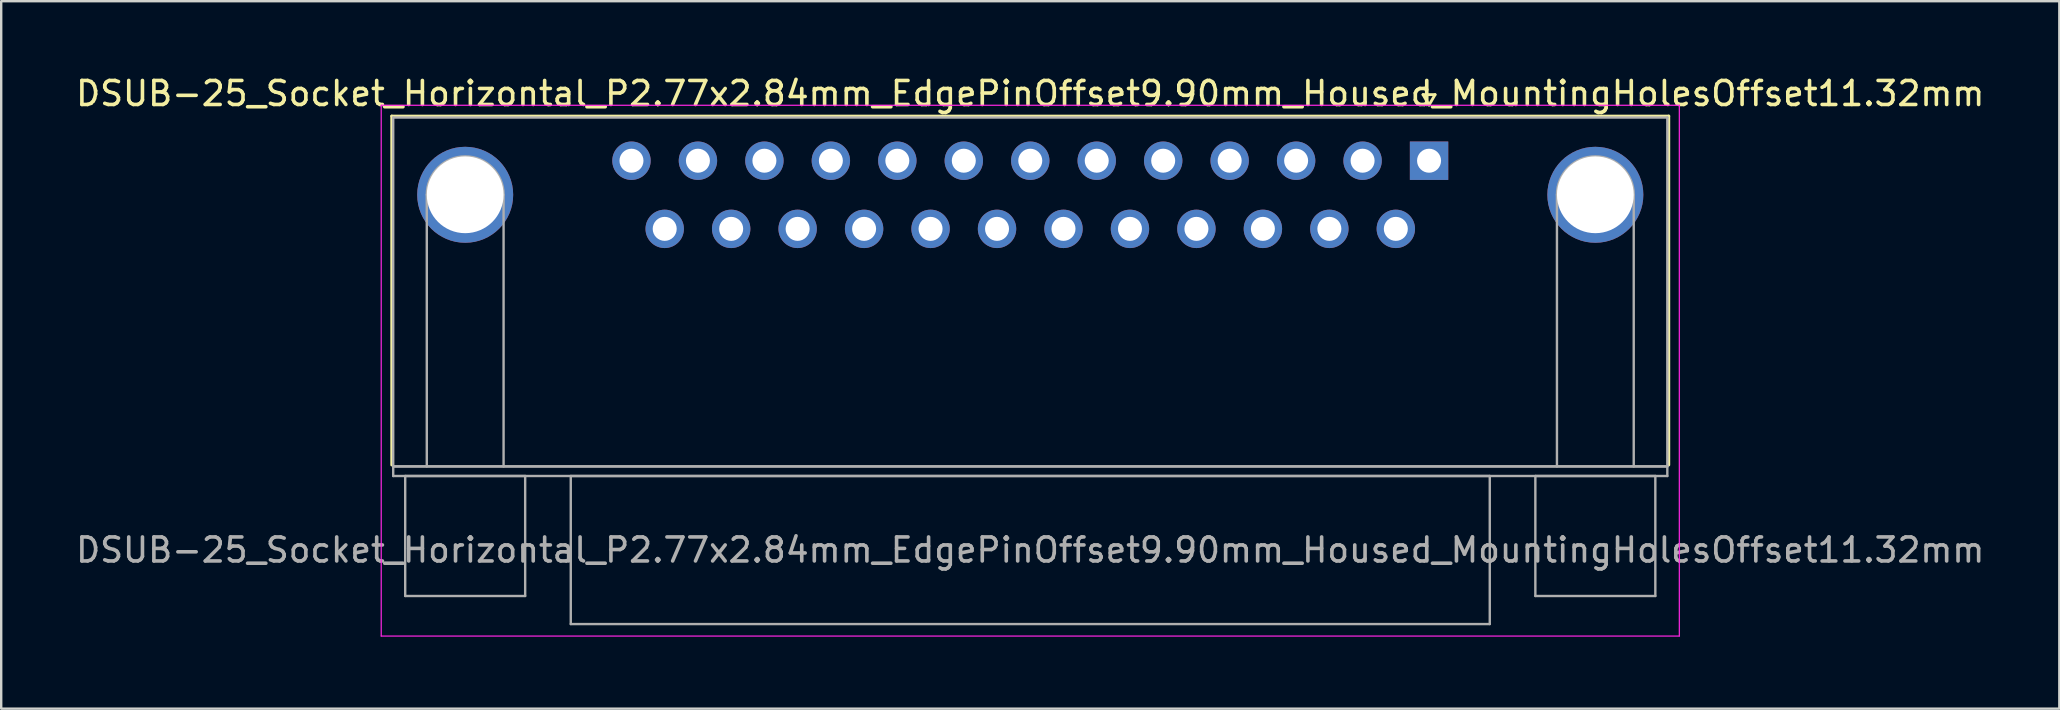
<source format=kicad_pcb>
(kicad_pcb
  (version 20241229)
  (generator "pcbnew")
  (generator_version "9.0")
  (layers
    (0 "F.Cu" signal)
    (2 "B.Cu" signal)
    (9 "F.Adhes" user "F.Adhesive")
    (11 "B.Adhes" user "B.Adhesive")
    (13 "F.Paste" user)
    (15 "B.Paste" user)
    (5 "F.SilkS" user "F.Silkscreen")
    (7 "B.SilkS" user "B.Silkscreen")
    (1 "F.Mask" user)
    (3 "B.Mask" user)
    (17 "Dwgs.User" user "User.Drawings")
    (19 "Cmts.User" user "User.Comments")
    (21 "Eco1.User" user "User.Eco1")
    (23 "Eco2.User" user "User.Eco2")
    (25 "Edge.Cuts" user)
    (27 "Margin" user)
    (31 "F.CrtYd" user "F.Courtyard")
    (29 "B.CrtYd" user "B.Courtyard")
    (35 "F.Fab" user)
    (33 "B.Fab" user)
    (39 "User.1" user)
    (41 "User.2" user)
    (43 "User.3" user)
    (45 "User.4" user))
  (footprint "DSUB-25_Socket_Horizontal_P2.77x2.84mm_EdgePinOffset9.90mm_Housed_MountingHolesOffset11.32mm"
    (layer "F.Cu")
    (at 56.507 3.648)
    (property "Reference" "DSUB-25_Socket_Horizontal_P2.77x2.84mm_EdgePinOffset9.90mm_Housed_MountingHolesOffset11.32mm" (at -16.62 -2.8 0) (layer "F.SilkS") (effects (font (size 1 1) (thickness 0.15))))
    (attr through_hole)
    (fp_line (start -43.23 -1.86) (end 9.99 -1.86) (stroke (width 0.12) (type solid)) (layer "F.SilkS"))
    (fp_line (start -43.23 12.68) (end -43.23 -1.86) (stroke (width 0.12) (type solid)) (layer "F.SilkS"))
    (fp_line (start -0.25 -2.754) (end 0.25 -2.754) (stroke (width 0.12) (type solid)) (layer "F.SilkS"))
    (fp_line (start 0 -2.321) (end -0.25 -2.754) (stroke (width 0.12) (type solid)) (layer "F.SilkS"))
    (fp_line (start 0.25 -2.754) (end 0 -2.321) (stroke (width 0.12) (type solid)) (layer "F.SilkS"))
    (fp_line (start 9.99 -1.86) (end 9.99 12.68) (stroke (width 0.12) (type solid)) (layer "F.SilkS"))
    (fp_line (start -43.67 -2.31) (end -43.67 19.81) (stroke (width 0.05) (type solid)) (layer "F.CrtYd"))
    (fp_line (start -43.67 19.81) (end 10.43 19.81) (stroke (width 0.05) (type solid)) (layer "F.CrtYd"))
    (fp_line (start 10.43 -2.31) (end -43.67 -2.31) (stroke (width 0.05) (type solid)) (layer "F.CrtYd"))
    (fp_line (start 10.43 19.81) (end 10.43 -2.31) (stroke (width 0.05) (type solid)) (layer "F.CrtYd"))
    (fp_line (start -43.17 -1.8) (end -43.17 12.74) (stroke (width 0.1) (type solid)) (layer "F.Fab"))
    (fp_line (start -43.17 12.74) (end -43.17 13.14) (stroke (width 0.1) (type solid)) (layer "F.Fab"))
    (fp_line (start -43.17 12.74) (end 9.93 12.74) (stroke (width 0.1) (type solid)) (layer "F.Fab"))
    (fp_line (start -43.17 13.14) (end 9.93 13.14) (stroke (width 0.1) (type solid)) (layer "F.Fab"))
    (fp_line (start -42.67 13.14) (end -42.67 18.14) (stroke (width 0.1) (type solid)) (layer "F.Fab"))
    (fp_line (start -42.67 18.14) (end -37.67 18.14) (stroke (width 0.1) (type solid)) (layer "F.Fab"))
    (fp_line (start -41.77 12.74) (end -41.77 1.42) (stroke (width 0.1) (type solid)) (layer "F.Fab"))
    (fp_line (start -38.57 12.74) (end -38.57 1.42) (stroke (width 0.1) (type solid)) (layer "F.Fab"))
    (fp_line (start -37.67 13.14) (end -42.67 13.14) (stroke (width 0.1) (type solid)) (layer "F.Fab"))
    (fp_line (start -37.67 18.14) (end -37.67 13.14) (stroke (width 0.1) (type solid)) (layer "F.Fab"))
    (fp_line (start -35.77 13.14) (end -35.77 19.31) (stroke (width 0.1) (type solid)) (layer "F.Fab"))
    (fp_line (start -35.77 19.31) (end 2.53 19.31) (stroke (width 0.1) (type solid)) (layer "F.Fab"))
    (fp_line (start 2.53 13.14) (end -35.77 13.14) (stroke (width 0.1) (type solid)) (layer "F.Fab"))
    (fp_line (start 2.53 19.31) (end 2.53 13.14) (stroke (width 0.1) (type solid)) (layer "F.Fab"))
    (fp_line (start 4.43 13.14) (end 4.43 18.14) (stroke (width 0.1) (type solid)) (layer "F.Fab"))
    (fp_line (start 4.43 18.14) (end 9.43 18.14) (stroke (width 0.1) (type solid)) (layer "F.Fab"))
    (fp_line (start 5.33 12.74) (end 5.33 1.42) (stroke (width 0.1) (type solid)) (layer "F.Fab"))
    (fp_line (start 8.53 12.74) (end 8.53 1.42) (stroke (width 0.1) (type solid)) (layer "F.Fab"))
    (fp_line (start 9.43 13.14) (end 4.43 13.14) (stroke (width 0.1) (type solid)) (layer "F.Fab"))
    (fp_line (start 9.43 18.14) (end 9.43 13.14) (stroke (width 0.1) (type solid)) (layer "F.Fab"))
    (fp_line (start 9.93 -1.8) (end -43.17 -1.8) (stroke (width 0.1) (type solid)) (layer "F.Fab"))
    (fp_line (start 9.93 12.74) (end -43.17 12.74) (stroke (width 0.1) (type solid)) (layer "F.Fab"))
    (fp_line (start 9.93 12.74) (end 9.93 -1.8) (stroke (width 0.1) (type solid)) (layer "F.Fab"))
    (fp_line (start 9.93 13.14) (end 9.93 12.74) (stroke (width 0.1) (type solid)) (layer "F.Fab"))
    (fp_arc (start -41.77 1.42) (mid -40.17 -0.18) (end -38.57 1.42) (stroke (width 0.1) (type solid)) (layer "F.Fab"))
    (fp_arc (start 5.33 1.42) (mid 6.93 -0.18) (end 8.53 1.42) (stroke (width 0.1) (type solid)) (layer "F.Fab"))
    (fp_text user "${REFERENCE}" (at -16.62 16.225 0) (layer "F.Fab") (effects (font (size 1 1) (thickness 0.15))))
    (pad "0" thru_hole circle (at -40.17 1.42) (size 4 4) (drill 3.2) (layers "*.Cu" "*.Mask"))
    (pad "0" thru_hole circle (at 6.93 1.42) (size 4 4) (drill 3.2) (layers "*.Cu" "*.Mask"))
    (pad "1" thru_hole rect (at 0 0) (size 1.6 1.6) (drill 1) (layers "*.Cu" "*.Mask"))
    (pad "2" thru_hole circle (at -2.77 0) (size 1.6 1.6) (drill 1) (layers "*.Cu" "*.Mask"))
    (pad "3" thru_hole circle (at -5.54 0) (size 1.6 1.6) (drill 1) (layers "*.Cu" "*.Mask"))
    (pad "4" thru_hole circle (at -8.31 0) (size 1.6 1.6) (drill 1) (layers "*.Cu" "*.Mask"))
    (pad "5" thru_hole circle (at -11.08 0) (size 1.6 1.6) (drill 1) (layers "*.Cu" "*.Mask"))
    (pad "6" thru_hole circle (at -13.85 0) (size 1.6 1.6) (drill 1) (layers "*.Cu" "*.Mask"))
    (pad "7" thru_hole circle (at -16.62 0) (size 1.6 1.6) (drill 1) (layers "*.Cu" "*.Mask"))
    (pad "8" thru_hole circle (at -19.39 0) (size 1.6 1.6) (drill 1) (layers "*.Cu" "*.Mask"))
    (pad "9" thru_hole circle (at -22.16 0) (size 1.6 1.6) (drill 1) (layers "*.Cu" "*.Mask"))
    (pad "10" thru_hole circle (at -24.93 0) (size 1.6 1.6) (drill 1) (layers "*.Cu" "*.Mask"))
    (pad "11" thru_hole circle (at -27.7 0) (size 1.6 1.6) (drill 1) (layers "*.Cu" "*.Mask"))
    (pad "12" thru_hole circle (at -30.47 0) (size 1.6 1.6) (drill 1) (layers "*.Cu" "*.Mask"))
    (pad "13" thru_hole circle (at -33.24 0) (size 1.6 1.6) (drill 1) (layers "*.Cu" "*.Mask"))
    (pad "14" thru_hole circle (at -1.385 2.84) (size 1.6 1.6) (drill 1) (layers "*.Cu" "*.Mask"))
    (pad "15" thru_hole circle (at -4.155 2.84) (size 1.6 1.6) (drill 1) (layers "*.Cu" "*.Mask"))
    (pad "16" thru_hole circle (at -6.925 2.84) (size 1.6 1.6) (drill 1) (layers "*.Cu" "*.Mask"))
    (pad "17" thru_hole circle (at -9.695 2.84) (size 1.6 1.6) (drill 1) (layers "*.Cu" "*.Mask"))
    (pad "18" thru_hole circle (at -12.465 2.84) (size 1.6 1.6) (drill 1) (layers "*.Cu" "*.Mask"))
    (pad "19" thru_hole circle (at -15.235 2.84) (size 1.6 1.6) (drill 1) (layers "*.Cu" "*.Mask"))
    (pad "20" thru_hole circle (at -18.005 2.84) (size 1.6 1.6) (drill 1) (layers "*.Cu" "*.Mask"))
    (pad "21" thru_hole circle (at -20.775 2.84) (size 1.6 1.6) (drill 1) (layers "*.Cu" "*.Mask"))
    (pad "22" thru_hole circle (at -23.545 2.84) (size 1.6 1.6) (drill 1) (layers "*.Cu" "*.Mask"))
    (pad "23" thru_hole circle (at -26.315 2.84) (size 1.6 1.6) (drill 1) (layers "*.Cu" "*.Mask"))
    (pad "24" thru_hole circle (at -29.085 2.84) (size 1.6 1.6) (drill 1) (layers "*.Cu" "*.Mask"))
    (pad "25" thru_hole circle (at -31.855 2.84) (size 1.6 1.6) (drill 1) (layers "*.Cu" "*.Mask")))
  (gr_rect
    (start -3 -3)
    (end 82.774 26.483)
    (stroke (width 0.1) (type default))
    (fill no)
    (layer "Edge.Cuts")))
</source>
